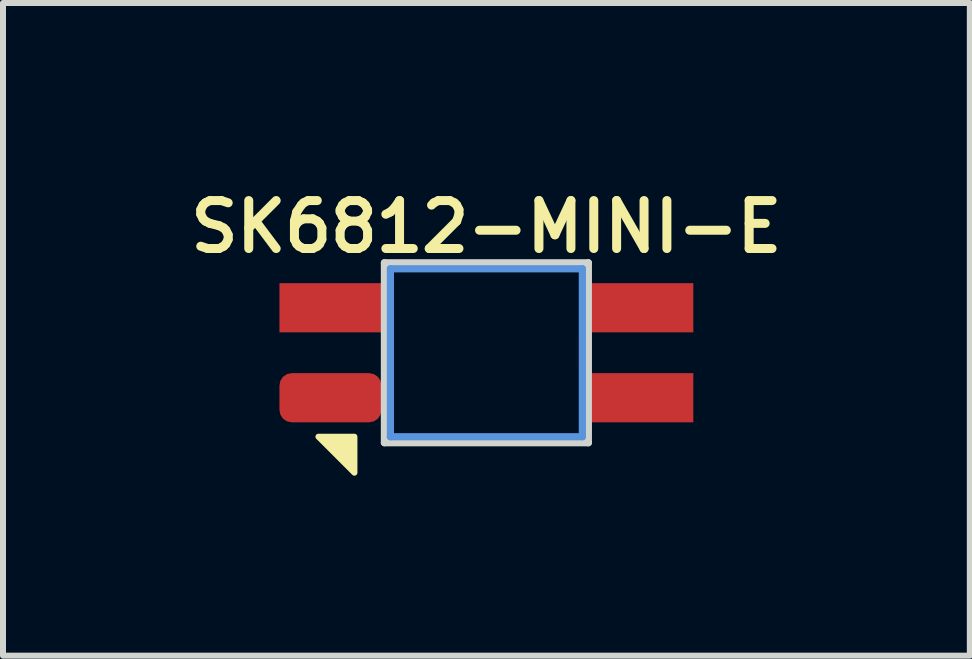
<source format=kicad_pcb>
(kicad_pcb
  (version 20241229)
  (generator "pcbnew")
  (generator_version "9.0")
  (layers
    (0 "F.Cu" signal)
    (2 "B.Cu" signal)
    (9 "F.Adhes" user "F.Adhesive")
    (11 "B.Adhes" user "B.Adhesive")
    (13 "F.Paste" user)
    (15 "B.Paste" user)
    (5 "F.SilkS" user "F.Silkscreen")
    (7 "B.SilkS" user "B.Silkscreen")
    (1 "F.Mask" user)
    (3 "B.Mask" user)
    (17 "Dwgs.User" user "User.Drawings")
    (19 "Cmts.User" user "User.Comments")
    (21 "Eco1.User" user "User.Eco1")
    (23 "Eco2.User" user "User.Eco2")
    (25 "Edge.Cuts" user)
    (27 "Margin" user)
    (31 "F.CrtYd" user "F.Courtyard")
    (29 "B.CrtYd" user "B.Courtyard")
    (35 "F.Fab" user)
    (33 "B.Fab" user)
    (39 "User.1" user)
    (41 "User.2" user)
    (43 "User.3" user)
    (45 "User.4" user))
  (footprint "SK6812-MINI-E"
    (layer "F.Cu")
    (at 5.059 2.831)
    (property "Reference" "SK6812-MINI-E" (at 0 -2.1 0) (unlocked yes) (layer "F.SilkS") (effects (font (size 0.8 0.8) (thickness 0.15))))
    (attr through_hole)
    (fp_poly (pts (xy -2.8 1.4) (xy -2.2 1.4) (xy -2.2 2)) (stroke (width 0.1) (type solid)) (fill yes) (layer "F.SilkS"))
    (fp_line (start -1.6 -1.4) (end 1.6 -1.4) (stroke (width 0.12) (type solid)) (layer "Cmts.User"))
    (fp_line (start -1.6 1.4) (end -1.6 -1.4) (stroke (width 0.12) (type solid)) (layer "Cmts.User"))
    (fp_line (start 1.6 -1.4) (end 1.6 1.4) (stroke (width 0.12) (type solid)) (layer "Cmts.User"))
    (fp_line (start 1.6 1.4) (end -1.6 1.4) (stroke (width 0.12) (type solid)) (layer "Cmts.User"))
    (fp_line (start -1.7 -1.5) (end 1.7 -1.5) (stroke (width 0.12) (type solid)) (layer "Edge.Cuts"))
    (fp_line (start -1.7 1.5) (end -1.7 -1.5) (stroke (width 0.12) (type solid)) (layer "Edge.Cuts"))
    (fp_line (start 1.7 -1.5) (end 1.7 1.5) (stroke (width 0.12) (type solid)) (layer "Edge.Cuts"))
    (fp_line (start 1.7 1.5) (end -1.7 1.5) (stroke (width 0.12) (type solid)) (layer "Edge.Cuts"))
    (pad "1" smd rect (at 2.6 -0.75 180) (size 1.7 0.82) (layers "F.Cu" "F.Mask" "F.Paste"))
    (pad "2" smd rect (at 2.6 0.75 180) (size 1.7 0.82) (layers "F.Cu" "F.Mask" "F.Paste"))
    (pad "3" smd roundrect (at -2.6 0.75 180) (size 1.7 0.82) (layers "F.Cu" "F.Mask" "F.Paste") (roundrect_rratio 0.25))
    (pad "4" smd rect (at -2.6 -0.75 180) (size 1.7 0.82) (layers "F.Cu" "F.Mask" "F.Paste")))
  (gr_rect
    (start -3 -3)
    (end 13.119 7.881)
    (stroke (width 0.1) (type default))
    (fill no)
    (layer "Edge.Cuts")))
</source>
